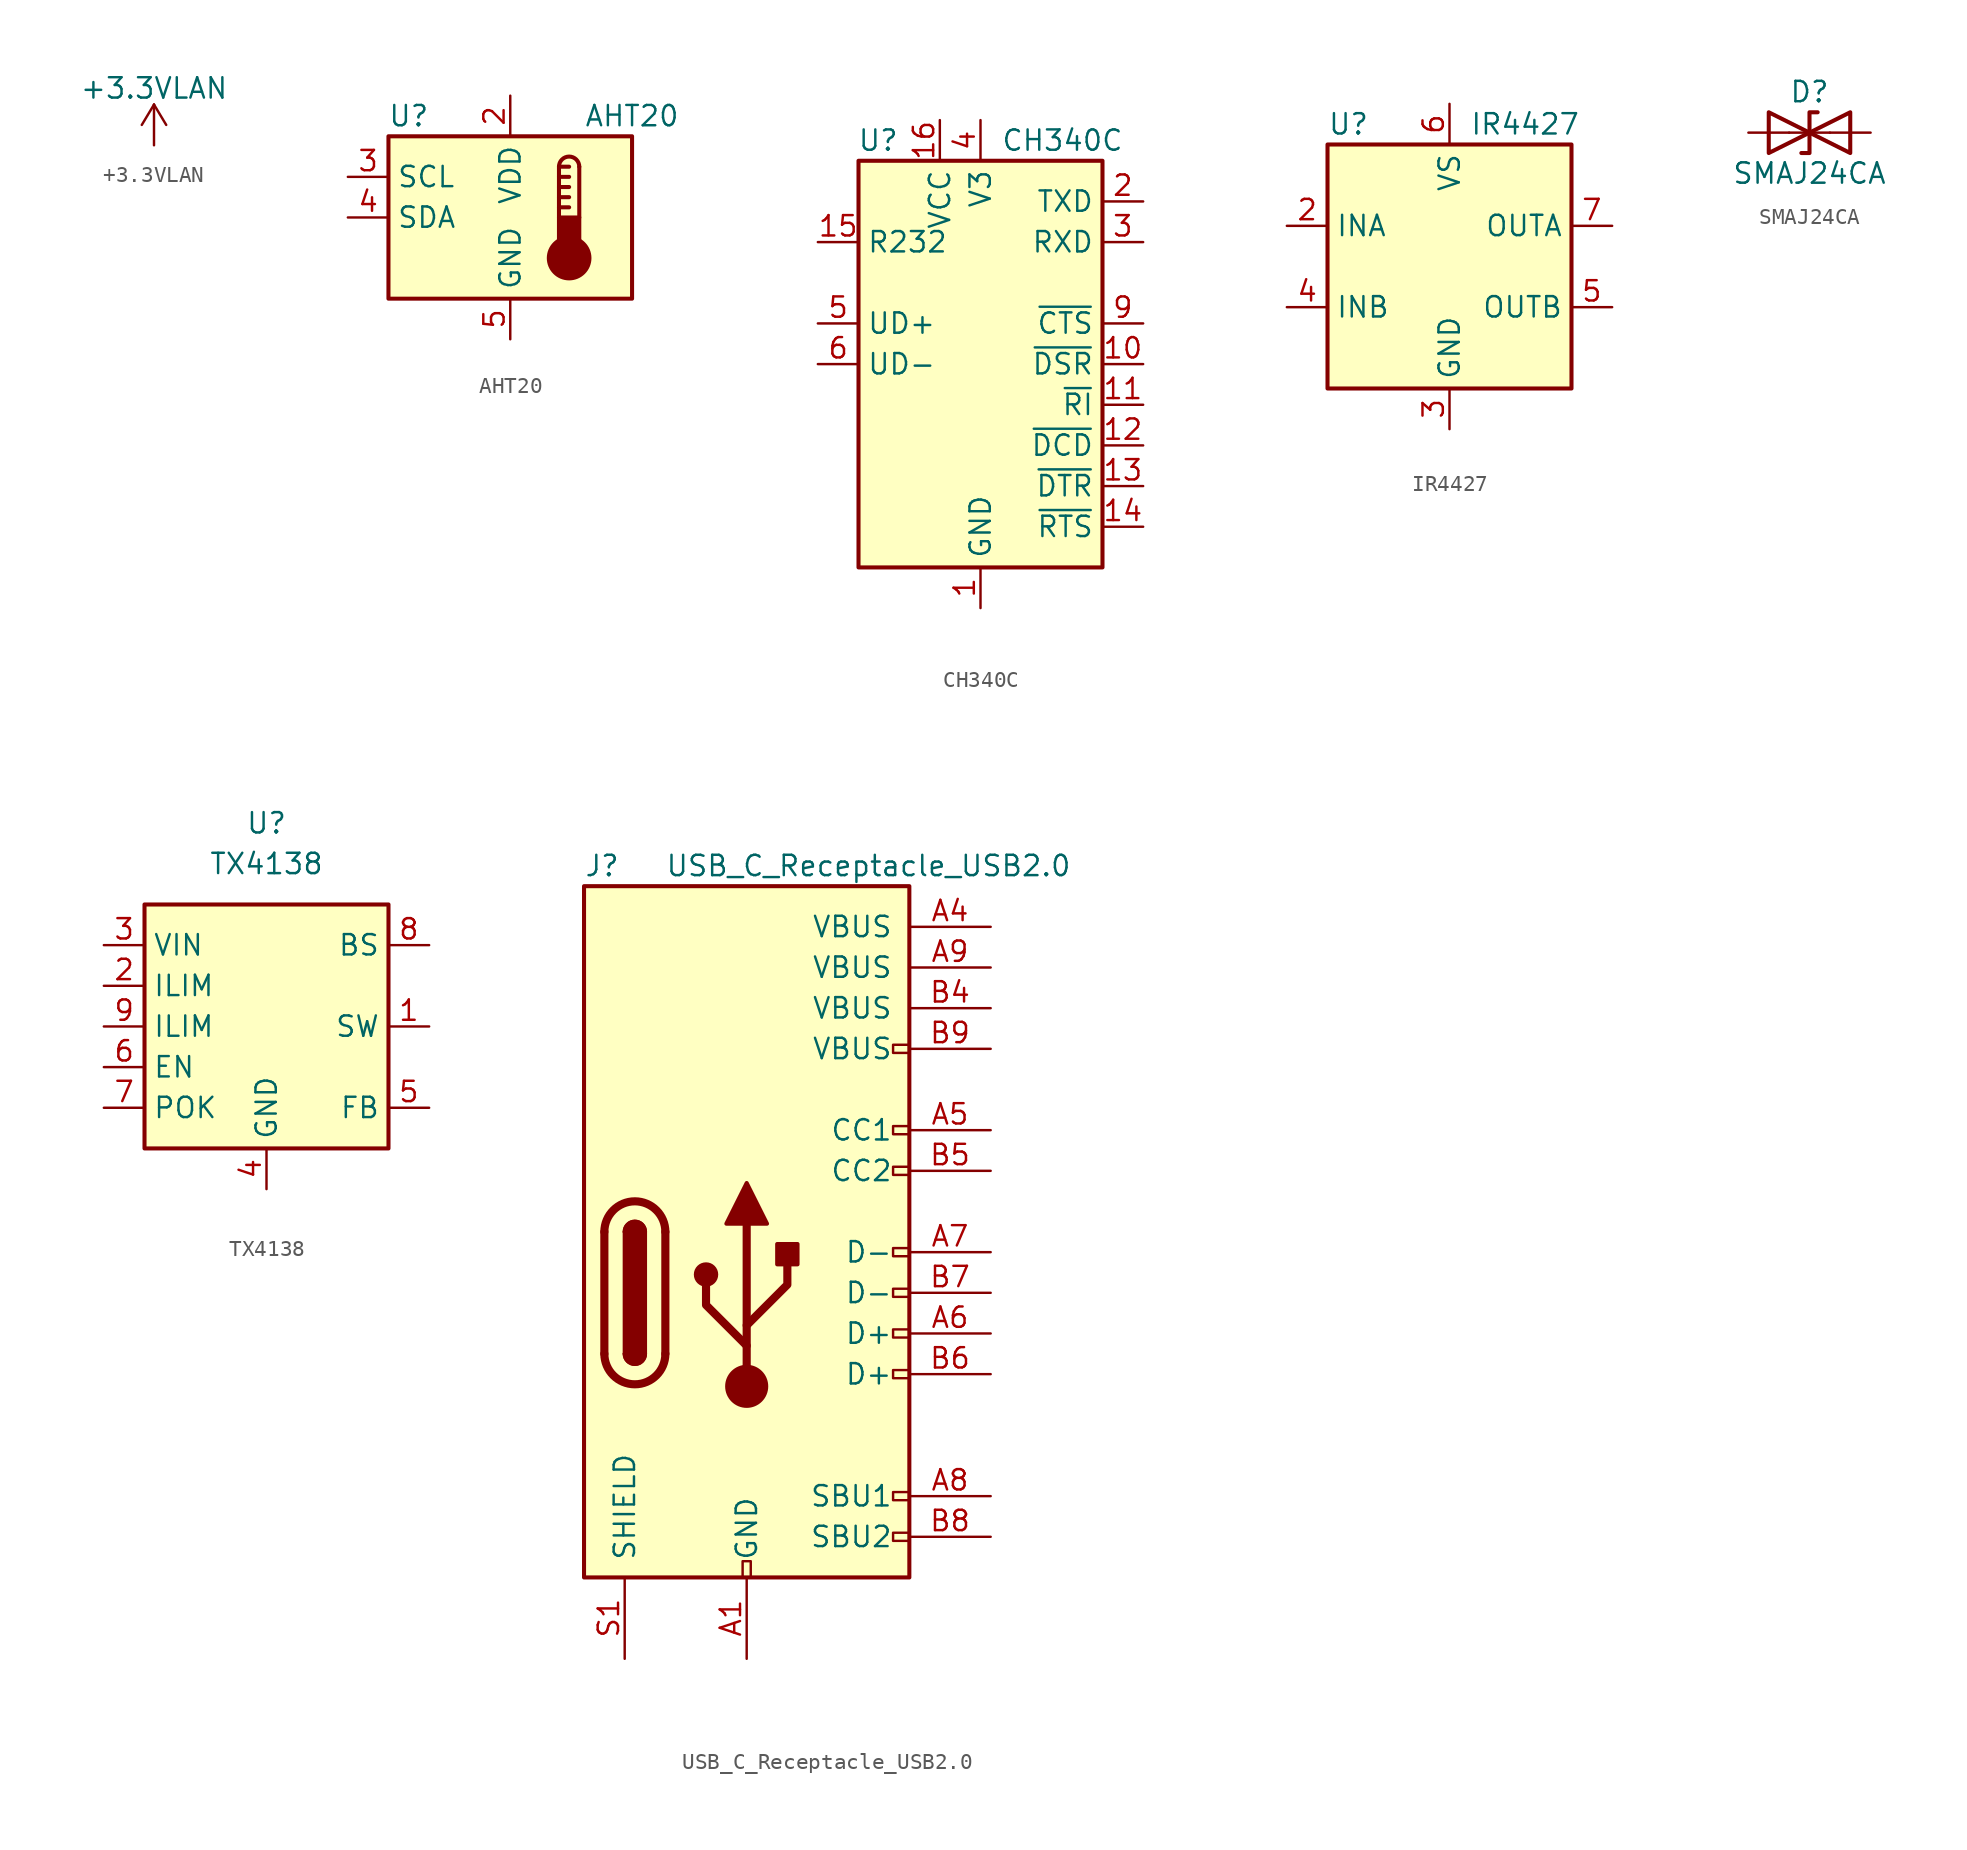
<source format=kicad_sym>
(kicad_symbol_lib
  (version 20231120)
  (generator "kicad_symbol_editor")
  (generator_version "8.0")
  (symbol "+3.3VLAN"
    (power)
    (pin_names
      (offset 0))
    (property "Reference" "#PWR"
      (at 0 -3.81 0)
      (effects (font (size 1.27 1.27)) (hide yes)))
    (property "Value" "+3.3VLAN"
      (at 0 3.556 0)
      (effects (font (size 1.27 1.27))))
    (symbol "+3.3VLAN_0_1"
      (polyline (pts (xy -0.762 1.27) (xy 0 2.54)) (stroke (width 0) (type default)) (fill (type none)))
      (polyline (pts (xy 0 0) (xy 0 2.54)) (stroke (width 0) (type default)) (fill (type none)))
      (polyline (pts (xy 0 2.54) (xy 0.762 1.27)) (stroke (width 0) (type default)) (fill (type none))))
    (symbol "+3.3VLAN_1_1"
      (pin power_in line (at 0 0 90) (length 0) hide (name "+3.3VLAN" (effects (font (size 1.27 1.27)))) (number "1" (effects (font (size 1.27 1.27)))))))
  (symbol "AHT20"
    (property "Reference" "U"
      (at -6.35 6.35 0)
      (effects (font (size 1.27 1.27))))
    (property "Value" "AHT20"
      (at 7.62 6.35 0)
      (effects (font (size 1.27 1.27))))
    (symbol "AHT20_0_1"
      (rectangle (start -7.62 5.08) (end 7.62 -5.08) (stroke (width 0.254) (type default)) (fill (type background))))
    (symbol "AHT20_1_1"
      (polyline (pts (xy 3.048 0.635) (xy 3.683 0.635)) (stroke (width 0.254) (type default)) (fill (type none)))
      (polyline (pts (xy 3.048 1.27) (xy 3.683 1.27)) (stroke (width 0.254) (type default)) (fill (type none)))
      (polyline (pts (xy 3.048 1.905) (xy 3.683 1.905)) (stroke (width 0.254) (type default)) (fill (type none)))
      (polyline (pts (xy 3.048 2.54) (xy 3.683 2.54)) (stroke (width 0.254) (type default)) (fill (type none)))
      (polyline (pts (xy 3.048 3.175) (xy 3.048 0)) (stroke (width 0.254) (type default)) (fill (type none)))
      (polyline (pts (xy 3.048 3.175) (xy 3.683 3.175)) (stroke (width 0.254) (type default)) (fill (type none)))
      (polyline (pts (xy 4.318 3.175) (xy 4.318 0)) (stroke (width 0.254) (type default)) (fill (type none)))
      (circle (center 3.683 -2.54) (radius 1.27) (stroke (width 0.254) (type default)) (fill (type outline)))
      (rectangle (start 4.318 -1.905) (end 3.048 0) (stroke (width 0.254) (type default)) (fill (type outline)))
      (arc (start 4.318 3.175) (mid 3.683 3.8073) (end 3.048 3.175) (stroke (width 0.254) (type default)) (fill (type none)))
      (pin no_connect line (at 7.62 2.54 180) (length 2.54) hide (name "NC" (effects (font (size 1.27 1.27)))) (number "1" (effects (font (size 1.27 1.27)))))
      (pin power_in line (at 0 7.62 270) (length 2.54) (name "VDD" (effects (font (size 1.27 1.27)))) (number "2" (effects (font (size 1.27 1.27)))))
      (pin input line (at -10.16 2.54 0) (length 2.54) (name "SCL" (effects (font (size 1.27 1.27)))) (number "3" (effects (font (size 1.27 1.27)))))
      (pin bidirectional line (at -10.16 0 0) (length 2.54) (name "SDA" (effects (font (size 1.27 1.27)))) (number "4" (effects (font (size 1.27 1.27)))))
      (pin power_in line (at 0 -7.62 90) (length 2.54) (name "GND" (effects (font (size 1.27 1.27)))) (number "5" (effects (font (size 1.27 1.27)))))
      (pin no_connect line (at 7.62 -2.54 180) (length 2.54) hide (name "NC" (effects (font (size 1.27 1.27)))) (number "6" (effects (font (size 1.27 1.27)))))))
  (symbol "CH340C"
    (property "Reference" "U"
      (at -5.08 13.97 0)
      (effects (font (size 1.27 1.27)) (justify right)))
    (property "Value" "CH340C"
      (at 1.27 13.97 0)
      (effects (font (size 1.27 1.27)) (justify left)))
    (symbol "CH340C_0_1"
      (rectangle (start -7.62 12.7) (end 7.62 -12.7) (stroke (width 0.254) (type default)) (fill (type background))))
    (symbol "CH340C_1_1"
      (pin power_in line (at 0 -15.24 90) (length 2.54) (name "GND" (effects (font (size 1.27 1.27)))) (number "1" (effects (font (size 1.27 1.27)))))
      (pin input line (at 10.16 0 180) (length 2.54) (name "~{DSR}" (effects (font (size 1.27 1.27)))) (number "10" (effects (font (size 1.27 1.27)))))
      (pin input line (at 10.16 -2.54 180) (length 2.54) (name "~{RI}" (effects (font (size 1.27 1.27)))) (number "11" (effects (font (size 1.27 1.27)))))
      (pin input line (at 10.16 -5.08 180) (length 2.54) (name "~{DCD}" (effects (font (size 1.27 1.27)))) (number "12" (effects (font (size 1.27 1.27)))))
      (pin output line (at 10.16 -7.62 180) (length 2.54) (name "~{DTR}" (effects (font (size 1.27 1.27)))) (number "13" (effects (font (size 1.27 1.27)))))
      (pin output line (at 10.16 -10.16 180) (length 2.54) (name "~{RTS}" (effects (font (size 1.27 1.27)))) (number "14" (effects (font (size 1.27 1.27)))))
      (pin input line (at -10.16 7.62 0) (length 2.54) (name "R232" (effects (font (size 1.27 1.27)))) (number "15" (effects (font (size 1.27 1.27)))))
      (pin power_in line (at -2.54 15.24 270) (length 2.54) (name "VCC" (effects (font (size 1.27 1.27)))) (number "16" (effects (font (size 1.27 1.27)))))
      (pin output line (at 10.16 10.16 180) (length 2.54) (name "TXD" (effects (font (size 1.27 1.27)))) (number "2" (effects (font (size 1.27 1.27)))))
      (pin input line (at 10.16 7.62 180) (length 2.54) (name "RXD" (effects (font (size 1.27 1.27)))) (number "3" (effects (font (size 1.27 1.27)))))
      (pin power_in line (at 0 15.24 270) (length 2.54) (name "V3" (effects (font (size 1.27 1.27)))) (number "4" (effects (font (size 1.27 1.27)))))
      (pin bidirectional line (at -10.16 2.54 0) (length 2.54) (name "UD+" (effects (font (size 1.27 1.27)))) (number "5" (effects (font (size 1.27 1.27)))))
      (pin bidirectional line (at -10.16 0 0) (length 2.54) (name "UD-" (effects (font (size 1.27 1.27)))) (number "6" (effects (font (size 1.27 1.27)))))
      (pin no_connect line (at -7.62 -5.08 0) (length 2.54) hide (name "NC" (effects (font (size 1.27 1.27)))) (number "7" (effects (font (size 1.27 1.27)))))
      (pin no_connect line (at -7.62 -7.62 0) (length 2.54) hide (name "NC" (effects (font (size 1.27 1.27)))) (number "8" (effects (font (size 1.27 1.27)))))
      (pin input line (at 10.16 2.54 180) (length 2.54) (name "~{CTS}" (effects (font (size 1.27 1.27)))) (number "9" (effects (font (size 1.27 1.27)))))))
  (symbol "IR4427"
    (property "Reference" "U"
      (at -7.62 8.89 0)
      (effects (font (size 1.27 1.27)) (justify left)))
    (property "Value" "IR4427"
      (at 1.27 8.89 0)
      (effects (font (size 1.27 1.27)) (justify left)))
    (symbol "IR4427_0_1"
      (rectangle (start -7.62 -7.62) (end 7.62 7.62) (stroke (width 0.254) (type default)) (fill (type background))))
    (symbol "IR4427_1_1"
      (pin no_connect line (at -7.62 0 0) (length 2.54) hide (name "NC" (effects (font (size 1.27 1.27)))) (number "1" (effects (font (size 1.27 1.27)))))
      (pin input line (at -10.16 2.54 0) (length 2.54) (name "INA" (effects (font (size 1.27 1.27)))) (number "2" (effects (font (size 1.27 1.27)))))
      (pin power_in line (at 0 -10.16 90) (length 2.54) (name "GND" (effects (font (size 1.27 1.27)))) (number "3" (effects (font (size 1.27 1.27)))))
      (pin input line (at -10.16 -2.54 0) (length 2.54) (name "INB" (effects (font (size 1.27 1.27)))) (number "4" (effects (font (size 1.27 1.27)))))
      (pin output line (at 10.16 -2.54 180) (length 2.54) (name "OUTB" (effects (font (size 1.27 1.27)))) (number "5" (effects (font (size 1.27 1.27)))))
      (pin power_in line (at 0 10.16 270) (length 2.54) (name "VS" (effects (font (size 1.27 1.27)))) (number "6" (effects (font (size 1.27 1.27)))))
      (pin output line (at 10.16 2.54 180) (length 2.54) (name "OUTA" (effects (font (size 1.27 1.27)))) (number "7" (effects (font (size 1.27 1.27)))))
      (pin no_connect line (at 7.62 0 180) (length 2.54) hide (name "NC" (effects (font (size 1.27 1.27)))) (number "8" (effects (font (size 1.27 1.27)))))))
  (symbol "SMAJ24CA"
    (pin_numbers hide)
    (pin_names
      (offset 1.016) hide)
    (property "Reference" "D"
      (at 0 2.54 0)
      (effects (font (size 1.27 1.27))))
    (property "Value" "SMAJ24CA"
      (at 0 -2.54 0)
      (effects (font (size 1.27 1.27))))
    (symbol "SMAJ24CA_0_1"
      (polyline (pts (xy 1.27 0) (xy -1.27 0)) (stroke (width 0) (type default)) (fill (type none)))
      (polyline (pts (xy -2.54 -1.27) (xy 0 0) (xy -2.54 1.27) (xy -2.54 -1.27)) (stroke (width 0.254) (type default)) (fill (type none)))
      (polyline (pts (xy 0.508 1.27) (xy 0 1.27) (xy 0 -1.27) (xy -0.508 -1.27)) (stroke (width 0.254) (type default)) (fill (type none)))
      (polyline (pts (xy 2.54 1.27) (xy 2.54 -1.27) (xy 0 0) (xy 2.54 1.27)) (stroke (width 0.254) (type default)) (fill (type none))))
    (symbol "SMAJ24CA_1_1"
      (pin passive line (at -3.81 0 0) (length 2.54) (name "A1" (effects (font (size 1.27 1.27)))) (number "1" (effects (font (size 1.27 1.27)))))
      (pin passive line (at 3.81 0 180) (length 2.54) (name "A2" (effects (font (size 1.27 1.27)))) (number "2" (effects (font (size 1.27 1.27)))))))
  (symbol "TX4138"
    (property "Reference" "U"
      (at 0 12.7 0)
      (effects (font (size 1.27 1.27))))
    (property "Value" "TX4138"
      (at 0 10.16 0)
      (effects (font (size 1.27 1.27))))
    (symbol "TX4138_0_1"
      (rectangle (start -7.62 7.62) (end 7.62 -7.62) (stroke (width 0.254) (type default)) (fill (type background))))
    (symbol "TX4138_1_1"
      (pin power_out line (at 10.16 0 180) (length 2.54) (name "SW" (effects (font (size 1.27 1.27)))) (number "1" (effects (font (size 1.27 1.27)))))
      (pin input line (at -10.16 2.54 0) (length 2.54) (name "ILIM" (effects (font (size 1.27 1.27)))) (number "2" (effects (font (size 1.27 1.27)))))
      (pin power_in line (at -10.16 5.08 0) (length 2.54) (name "VIN" (effects (font (size 1.27 1.27)))) (number "3" (effects (font (size 1.27 1.27)))))
      (pin power_in line (at 0 -10.16 90) (length 2.54) (name "GND" (effects (font (size 1.27 1.27)))) (number "4" (effects (font (size 1.27 1.27)))))
      (pin input line (at 10.16 -5.08 180) (length 2.54) (name "FB" (effects (font (size 1.27 1.27)))) (number "5" (effects (font (size 1.27 1.27)))))
      (pin input line (at -10.16 -2.54 0) (length 2.54) (name "EN" (effects (font (size 1.27 1.27)))) (number "6" (effects (font (size 1.27 1.27)))))
      (pin output line (at -10.16 -5.08 0) (length 2.54) (name "POK" (effects (font (size 1.27 1.27)))) (number "7" (effects (font (size 1.27 1.27)))))
      (pin output line (at 10.16 5.08 180) (length 2.54) (name "BS" (effects (font (size 1.27 1.27)))) (number "8" (effects (font (size 1.27 1.27)))))
      (pin input line (at -10.16 0 0) (length 2.54) (name "ILIM" (effects (font (size 1.27 1.27)))) (number "9" (effects (font (size 1.27 1.27)))))))
  (symbol "USB_C_Receptacle_USB2.0"
    (pin_names
      (offset 1.016))
    (property "Reference" "J"
      (at -10.16 21.59 0)
      (effects (font (size 1.27 1.27)) (justify left)))
    (property "Value" "USB_C_Receptacle_USB2.0"
      (at 20.32 21.59 0)
      (effects (font (size 1.27 1.27)) (justify right)))
    (symbol "USB_C_Receptacle_USB2.0_0_0"
      (rectangle (start -0.254 -22.86) (end 0.254 -21.844) (stroke (width 0) (type default)) (fill (type none)))
      (rectangle (start 10.16 -20.066) (end 9.144 -20.574) (stroke (width 0) (type default)) (fill (type none)))
      (rectangle (start 10.16 -17.526) (end 9.144 -18.034) (stroke (width 0) (type default)) (fill (type none)))
      (rectangle (start 10.16 -9.906) (end 9.144 -10.414) (stroke (width 0) (type default)) (fill (type none)))
      (rectangle (start 10.16 -7.366) (end 9.144 -7.874) (stroke (width 0) (type default)) (fill (type none)))
      (rectangle (start 10.16 -4.826) (end 9.144 -5.334) (stroke (width 0) (type default)) (fill (type none)))
      (rectangle (start 10.16 -2.286) (end 9.144 -2.794) (stroke (width 0) (type default)) (fill (type none)))
      (rectangle (start 10.16 2.794) (end 9.144 2.286) (stroke (width 0) (type default)) (fill (type none)))
      (rectangle (start 10.16 5.334) (end 9.144 4.826) (stroke (width 0) (type default)) (fill (type none)))
      (rectangle (start 10.16 10.414) (end 9.144 9.906) (stroke (width 0) (type default)) (fill (type none))))
    (symbol "USB_C_Receptacle_USB2.0_0_1"
      (rectangle (start -10.16 20.32) (end 10.16 -22.86) (stroke (width 0.254) (type default)) (fill (type background)))
      (arc (start -8.89 -8.89) (mid -6.985 -10.7867) (end -5.08 -8.89) (stroke (width 0.508) (type default)) (fill (type none)))
      (arc (start -7.62 -8.89) (mid -6.985 -9.5223) (end -6.35 -8.89) (stroke (width 0.254) (type default)) (fill (type none)))
      (arc (start -7.62 -8.89) (mid -6.985 -9.5223) (end -6.35 -8.89) (stroke (width 0.254) (type default)) (fill (type outline)))
      (rectangle (start -7.62 -8.89) (end -6.35 -1.27) (stroke (width 0.254) (type default)) (fill (type outline)))
      (arc (start -6.35 -1.27) (mid -6.985 -0.6377) (end -7.62 -1.27) (stroke (width 0.254) (type default)) (fill (type none)))
      (arc (start -6.35 -1.27) (mid -6.985 -0.6377) (end -7.62 -1.27) (stroke (width 0.254) (type default)) (fill (type outline)))
      (arc (start -5.08 -1.27) (mid -6.985 0.6267) (end -8.89 -1.27) (stroke (width 0.508) (type default)) (fill (type none)))
      (circle (center -2.54 -3.937) (radius 0.635) (stroke (width 0.254) (type default)) (fill (type outline)))
      (circle (center 0 -10.922) (radius 1.27) (stroke (width 0) (type default)) (fill (type outline)))
      (polyline (pts (xy -8.89 -8.89) (xy -8.89 -1.27)) (stroke (width 0.508) (type default)) (fill (type none)))
      (polyline (pts (xy -5.08 -1.27) (xy -5.08 -8.89)) (stroke (width 0.508) (type default)) (fill (type none)))
      (polyline (pts (xy 0 -10.922) (xy 0 -0.762)) (stroke (width 0.508) (type default)) (fill (type none)))
      (polyline (pts (xy 0 -8.382) (xy -2.54 -5.842) (xy -2.54 -4.572)) (stroke (width 0.508) (type default)) (fill (type none)))
      (polyline (pts (xy 0 -7.112) (xy 2.54 -4.572) (xy 2.54 -3.302)) (stroke (width 0.508) (type default)) (fill (type none)))
      (polyline (pts (xy -1.27 -0.762) (xy 0 1.778) (xy 1.27 -0.762) (xy -1.27 -0.762)) (stroke (width 0.254) (type default)) (fill (type outline)))
      (rectangle (start 1.905 -3.302) (end 3.175 -2.032) (stroke (width 0.254) (type default)) (fill (type outline))))
    (symbol "USB_C_Receptacle_USB2.0_1_1"
      (pin passive line (at 0 -27.94 90) (length 5.08) (name "GND" (effects (font (size 1.27 1.27)))) (number "A1" (effects (font (size 1.27 1.27)))))
      (pin passive line (at 0 -27.94 90) (length 5.08) hide (name "GND" (effects (font (size 1.27 1.27)))) (number "A12" (effects (font (size 1.27 1.27)))))
      (pin passive line (at 15.24 17.78 180) (length 5.08) (name "VBUS" (effects (font (size 1.27 1.27)))) (number "A4" (effects (font (size 1.27 1.27)))))
      (pin bidirectional line (at 15.24 5.08 180) (length 5.08) (name "CC1" (effects (font (size 1.27 1.27)))) (number "A5" (effects (font (size 1.27 1.27)))))
      (pin bidirectional line (at 15.24 -7.62 180) (length 5.08) (name "D+" (effects (font (size 1.27 1.27)))) (number "A6" (effects (font (size 1.27 1.27)))))
      (pin bidirectional line (at 15.24 -2.54 180) (length 5.08) (name "D-" (effects (font (size 1.27 1.27)))) (number "A7" (effects (font (size 1.27 1.27)))))
      (pin bidirectional line (at 15.24 -17.78 180) (length 5.08) (name "SBU1" (effects (font (size 1.27 1.27)))) (number "A8" (effects (font (size 1.27 1.27)))))
      (pin passive line (at 15.24 15.24 180) (length 5.08) (name "VBUS" (effects (font (size 1.27 1.27)))) (number "A9" (effects (font (size 1.27 1.27)))))
      (pin passive line (at 0 -27.94 90) (length 5.08) hide (name "GND" (effects (font (size 1.27 1.27)))) (number "B1" (effects (font (size 1.27 1.27)))))
      (pin passive line (at 0 -27.94 90) (length 5.08) hide (name "GND" (effects (font (size 1.27 1.27)))) (number "B12" (effects (font (size 1.27 1.27)))))
      (pin passive line (at 15.24 12.7 180) (length 5.08) (name "VBUS" (effects (font (size 1.27 1.27)))) (number "B4" (effects (font (size 1.27 1.27)))))
      (pin bidirectional line (at 15.24 2.54 180) (length 5.08) (name "CC2" (effects (font (size 1.27 1.27)))) (number "B5" (effects (font (size 1.27 1.27)))))
      (pin bidirectional line (at 15.24 -10.16 180) (length 5.08) (name "D+" (effects (font (size 1.27 1.27)))) (number "B6" (effects (font (size 1.27 1.27)))))
      (pin bidirectional line (at 15.24 -5.08 180) (length 5.08) (name "D-" (effects (font (size 1.27 1.27)))) (number "B7" (effects (font (size 1.27 1.27)))))
      (pin bidirectional line (at 15.24 -20.32 180) (length 5.08) (name "SBU2" (effects (font (size 1.27 1.27)))) (number "B8" (effects (font (size 1.27 1.27)))))
      (pin passive line (at 15.24 10.16 180) (length 5.08) (name "VBUS" (effects (font (size 1.27 1.27)))) (number "B9" (effects (font (size 1.27 1.27)))))
      (pin passive line (at -7.62 -27.94 90) (length 5.08) (name "SHIELD" (effects (font (size 1.27 1.27)))) (number "S1" (effects (font (size 1.27 1.27))))))))
</source>
